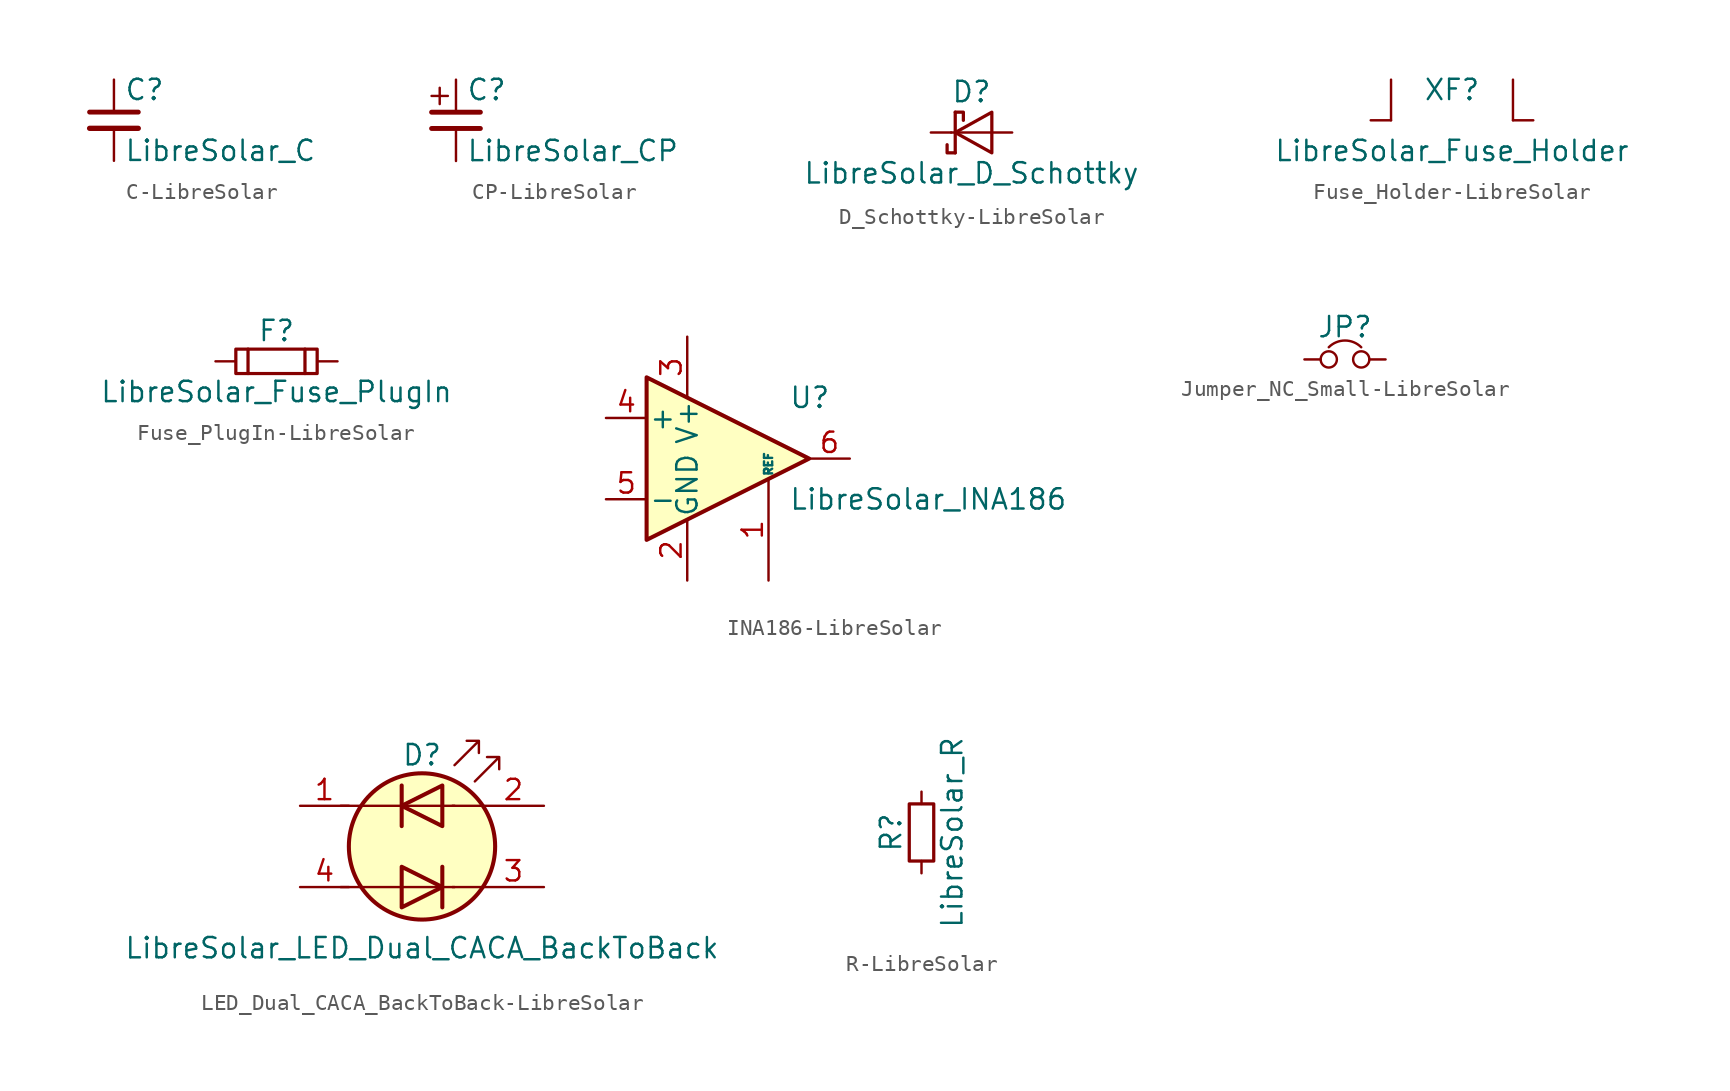
<source format=kicad_sym>
(kicad_symbol_lib
  (version 20231120)
  (generator "kicad_symbol_editor")
  (generator_version "8.0")
  (symbol "C-LibreSolar"
    (pin_numbers hide)
    (pin_names
      (offset 0.254) hide)
    (property "Reference" "C"
      (at 0.635 1.905 0)
      (effects (font (size 1.27 1.27)) (justify left)))
    (property "Value" "LibreSolar_C"
      (at 0.635 -1.905 0)
      (effects (font (size 1.27 1.27)) (justify left)))
    (symbol "C-LibreSolar_0_1"
      (polyline (pts (xy -1.524 -0.508) (xy 1.524 -0.508)) (stroke (width 0.33) (type solid)) (fill (type none)))
      (polyline (pts (xy -1.524 0.508) (xy 0 0.508) (xy 1.524 0.508)) (stroke (width 0.305) (type solid)) (fill (type none))))
    (symbol "C-LibreSolar_1_1"
      (pin passive line (at 0 2.54 270) (length 1.905) (name "~" (effects (font (size 1.016 1.016)))) (number "1" (effects (font (size 1.016 1.016)))))
      (pin passive line (at 0 -2.54 90) (length 2.032) (name "~" (effects (font (size 1.016 1.016)))) (number "2" (effects (font (size 1.016 1.016)))))))
  (symbol "CP-LibreSolar"
    (pin_numbers hide)
    (pin_names
      (offset 0.254) hide)
    (property "Reference" "C"
      (at 0.635 1.905 0)
      (effects (font (size 1.27 1.27)) (justify left)))
    (property "Value" "LibreSolar_CP"
      (at 0.635 -1.905 0)
      (effects (font (size 1.27 1.27)) (justify left)))
    (symbol "CP-LibreSolar_0_0"
      (polyline (pts (xy -1.524 -0.508) (xy 1.524 -0.508)) (stroke (width 0.305) (type solid)) (fill (type none)))
      (polyline (pts (xy -1.524 0.508) (xy 1.524 0.508)) (stroke (width 0.305) (type solid)) (fill (type none))))
    (symbol "CP-LibreSolar_0_1"
      (polyline (pts (xy -1.524 1.524) (xy -0.508 1.524)) (stroke (width 0) (type solid)) (fill (type none)))
      (polyline (pts (xy -1.016 1.016) (xy -1.016 2.032)) (stroke (width 0) (type solid)) (fill (type none))))
    (symbol "CP-LibreSolar_1_1"
      (pin passive line (at 0 2.54 270) (length 2.032) (name "~" (effects (font (size 1.016 1.016)))) (number "1" (effects (font (size 1.016 1.016)))))
      (pin passive line (at 0 -2.54 90) (length 2.032) (name "~" (effects (font (size 1.016 1.016)))) (number "2" (effects (font (size 1.016 1.016)))))))
  (symbol "D_Schottky-LibreSolar"
    (pin_numbers hide)
    (pin_names
      (offset 0.254) hide)
    (property "Reference" "D"
      (at 0 2.54 0)
      (effects (font (size 1.27 1.27))))
    (property "Value" "LibreSolar_D_Schottky"
      (at 0 -2.54 0)
      (effects (font (size 1.27 1.27))))
    (symbol "D_Schottky-LibreSolar_0_1"
      (polyline (pts (xy -1.016 -1.27) (xy -1.016 1.27)) (stroke (width 0.203) (type solid)) (fill (type none)))
      (polyline (pts (xy 1.27 0) (xy -1.27 0)) (stroke (width 0) (type solid)) (fill (type none)))
      (polyline (pts (xy -1.016 -1.27) (xy -1.524 -1.27) (xy -1.524 -0.762)) (stroke (width 0.203) (type solid)) (fill (type none)))
      (polyline (pts (xy -1.016 1.27) (xy -0.508 1.27) (xy -0.508 0.762)) (stroke (width 0.203) (type solid)) (fill (type none)))
      (polyline (pts (xy 1.27 -1.27) (xy -1.016 0) (xy 1.27 1.27) (xy 1.27 -1.27)) (stroke (width 0.203) (type solid)) (fill (type none))))
    (symbol "D_Schottky-LibreSolar_1_1"
      (pin passive line (at -2.54 0 0) (length 1.27) (name "K" (effects (font (size 1.27 1.27)))) (number "1" (effects (font (size 1.27 1.27)))))
      (pin passive line (at 2.54 0 180) (length 1.27) (name "A" (effects (font (size 1.27 1.27)))) (number "2" (effects (font (size 1.27 1.27)))))))
  (symbol "Fuse_Holder-LibreSolar"
    (pin_numbers hide)
    (pin_names
      (offset 0.254) hide)
    (property "Reference" "XF"
      (at 0 1.905 0)
      (effects (font (size 1.27 1.27))))
    (property "Value" "LibreSolar_Fuse_Holder"
      (at 0 -1.905 0)
      (effects (font (size 1.27 1.27))))
    (symbol "Fuse_Holder-LibreSolar_0_1"
      (polyline (pts (xy -3.81 0) (xy -3.81 2.54)) (stroke (width 0) (type solid)) (fill (type none)))
      (polyline (pts (xy 3.81 0) (xy 3.81 2.54)) (stroke (width 0) (type solid)) (fill (type none))))
    (symbol "Fuse_Holder-LibreSolar_1_1"
      (pin passive line (at -5.08 0 0) (length 1.27) (name "~" (effects (font (size 1.016 1.016)))) (number "1" (effects (font (size 1.016 1.016)))))
      (pin passive line (at 5.08 0 180) (length 1.27) (name "~" (effects (font (size 1.016 1.016)))) (number "2" (effects (font (size 1.016 1.016)))))))
  (symbol "Fuse_PlugIn-LibreSolar"
    (pin_numbers hide)
    (pin_names
      (offset 0.254) hide)
    (property "Reference" "F"
      (at 0 1.905 0)
      (effects (font (size 1.27 1.27))))
    (property "Value" "LibreSolar_Fuse_PlugIn"
      (at 0 -1.905 0)
      (effects (font (size 1.27 1.27))))
    (symbol "Fuse_PlugIn-LibreSolar_0_1"
      (rectangle (start -2.54 0.762) (end 2.54 -0.762) (stroke (width 0.203) (type solid)) (fill (type none)))
      (polyline (pts (xy -3.81 0) (xy -2.54 0)) (stroke (width 0) (type solid)) (fill (type none)))
      (polyline (pts (xy -1.778 0.762) (xy -1.778 -0.762)) (stroke (width 0.203) (type solid)) (fill (type none)))
      (polyline (pts (xy 1.778 0.762) (xy 1.778 -0.762)) (stroke (width 0.203) (type solid)) (fill (type none)))
      (polyline (pts (xy 2.54 0) (xy 3.81 0)) (stroke (width 0) (type solid)) (fill (type none)))))
  (symbol "INA186-LibreSolar"
    (pin_names
      (offset 0.127))
    (property "Reference" "U"
      (at 3.81 3.81 0)
      (effects (font (size 1.27 1.27)) (justify left)))
    (property "Value" "LibreSolar_INA186"
      (at 3.81 -2.54 0)
      (effects (font (size 1.27 1.27)) (justify left)))
    (symbol "INA186-LibreSolar_0_1"
      (polyline (pts (xy 5.08 0) (xy -5.08 5.08) (xy -5.08 -5.08) (xy 5.08 0)) (stroke (width 0.254) (type solid)) (fill (type background))))
    (symbol "INA186-LibreSolar_1_1"
      (pin input line (at 2.54 -7.62 90) (length 6.35) (name "REF" (effects (font (size 0.508 0.508)))) (number "1" (effects (font (size 1.27 1.27)))))
      (pin power_in line (at -2.54 -7.62 90) (length 3.81) (name "GND" (effects (font (size 1.27 1.27)))) (number "2" (effects (font (size 1.27 1.27)))))
      (pin power_in line (at -2.54 7.62 270) (length 3.81) (name "V+" (effects (font (size 1.27 1.27)))) (number "3" (effects (font (size 1.27 1.27)))))
      (pin input line (at -7.62 2.54 0) (length 2.54) (name "+" (effects (font (size 1.27 1.27)))) (number "4" (effects (font (size 1.27 1.27)))))
      (pin input line (at -7.62 -2.54 0) (length 2.54) (name "-" (effects (font (size 1.27 1.27)))) (number "5" (effects (font (size 1.27 1.27)))))
      (pin output line (at 7.62 0 180) (length 2.54) (name "~" (effects (font (size 1.27 1.27)))) (number "6" (effects (font (size 1.27 1.27)))))))
  (symbol "Jumper_NC_Small-LibreSolar"
    (pin_numbers hide)
    (pin_names
      (offset 0.762) hide)
    (property "Reference" "JP"
      (at 0 2.032 0)
      (effects (font (size 1.27 1.27))))
    (property "Footprint" ""
      (at 0 0 0)
      (effects (font (size 1.27 1.27))))
    (property "Datasheet" ""
      (at 0 0 0)
      (effects (font (size 1.27 1.27))))
    (symbol "Jumper_NC_Small-LibreSolar_0_1"
      (circle (center -1.016 0) (radius 0.508) (stroke (width 0) (type solid)) (fill (type none)))
      (circle (center 1.016 0) (radius 0.508) (stroke (width 0) (type solid)) (fill (type none)))
      (arc (start 1.016 0.762) (mid 0 1.1828) (end -1.016 0.762) (stroke (width 0) (type solid)) (fill (type none)))
      (pin passive line (at -2.54 0 0) (length 1.016) (name "1" (effects (font (size 1.27 1.27)))) (number "1" (effects (font (size 1.27 1.27)))))
      (pin passive line (at 2.54 0 180) (length 1.016) (name "2" (effects (font (size 1.27 1.27)))) (number "2" (effects (font (size 1.27 1.27)))))))
  (symbol "LED_Dual_CACA_BackToBack-LibreSolar"
    (pin_names
      (offset 0) hide)
    (property "Reference" "D"
      (at 0 5.715 0)
      (effects (font (size 1.27 1.27))))
    (property "Value" "LibreSolar_LED_Dual_CACA_BackToBack"
      (at 0 -6.35 0)
      (effects (font (size 1.27 1.27))))
    (symbol "LED_Dual_CACA_BackToBack-LibreSolar_0_1"
      (polyline (pts (xy -5.08 -2.54) (xy 2.032 -2.54)) (stroke (width 0) (type solid)) (fill (type none)))
      (polyline (pts (xy -5.08 2.54) (xy 2.032 2.54)) (stroke (width 0) (type solid)) (fill (type none)))
      (polyline (pts (xy -1.27 3.81) (xy -1.27 1.27)) (stroke (width 0.254) (type solid)) (fill (type none)))
      (polyline (pts (xy 1.27 -1.27) (xy 1.27 -3.81)) (stroke (width 0.254) (type solid)) (fill (type none)))
      (polyline (pts (xy 3.81 -2.54) (xy 1.905 -2.54)) (stroke (width 0) (type solid)) (fill (type none)))
      (polyline (pts (xy 3.81 2.54) (xy 1.905 2.54)) (stroke (width 0) (type solid)) (fill (type none)))
      (polyline (pts (xy -1.27 -3.81) (xy -1.27 -1.27) (xy 1.27 -2.54) (xy -1.27 -3.81)) (stroke (width 0.254) (type solid)) (fill (type none)))
      (polyline (pts (xy 1.27 3.81) (xy 1.27 1.27) (xy -1.27 2.54) (xy 1.27 3.81)) (stroke (width 0.254) (type solid)) (fill (type none)))
      (polyline (pts (xy 2.032 5.08) (xy 3.556 6.604) (xy 2.794 6.604) (xy 3.556 6.604) (xy 3.556 5.842)) (stroke (width 0) (type solid)) (fill (type none)))
      (polyline (pts (xy 3.302 4.064) (xy 4.826 5.588) (xy 4.064 5.588) (xy 4.826 5.588) (xy 4.826 4.826)) (stroke (width 0) (type solid)) (fill (type none)))
      (circle (center 0 0) (radius 4.572) (stroke (width 0.254) (type solid)) (fill (type background))))
    (symbol "LED_Dual_CACA_BackToBack-LibreSolar_1_1"
      (pin input line (at -7.62 2.54 0) (length 3.048) (name "A1" (effects (font (size 1.27 1.27)))) (number "1" (effects (font (size 1.27 1.27)))))
      (pin input line (at 7.62 2.54 180) (length 3.81) (name "K1" (effects (font (size 1.27 1.27)))) (number "2" (effects (font (size 1.27 1.27)))))
      (pin input line (at 7.62 -2.54 180) (length 3.81) (name "A2" (effects (font (size 1.27 1.27)))) (number "3" (effects (font (size 1.27 1.27)))))
      (pin input line (at -7.62 -2.54 0) (length 3.048) (name "K2" (effects (font (size 1.27 1.27)))) (number "4" (effects (font (size 1.27 1.27)))))))
  (symbol "R-LibreSolar"
    (pin_numbers hide)
    (pin_names
      (offset 0.254) hide)
    (property "Reference" "R"
      (at -1.905 0 90)
      (effects (font (size 1.27 1.27))))
    (property "Value" "LibreSolar_R"
      (at 1.905 0 90)
      (effects (font (size 1.27 1.27))))
    (symbol "R-LibreSolar_0_1"
      (rectangle (start -0.762 1.778) (end 0.762 -1.778) (stroke (width 0.203) (type solid)) (fill (type none))))
    (symbol "R-LibreSolar_1_1"
      (pin passive line (at 0 2.54 270) (length 0.762) (name "~" (effects (font (size 1.016 1.016)))) (number "1" (effects (font (size 1.016 1.016)))))
      (pin passive line (at 0 -2.54 90) (length 0.762) (name "~" (effects (font (size 1.016 1.016)))) (number "2" (effects (font (size 1.016 1.016))))))))
</source>
